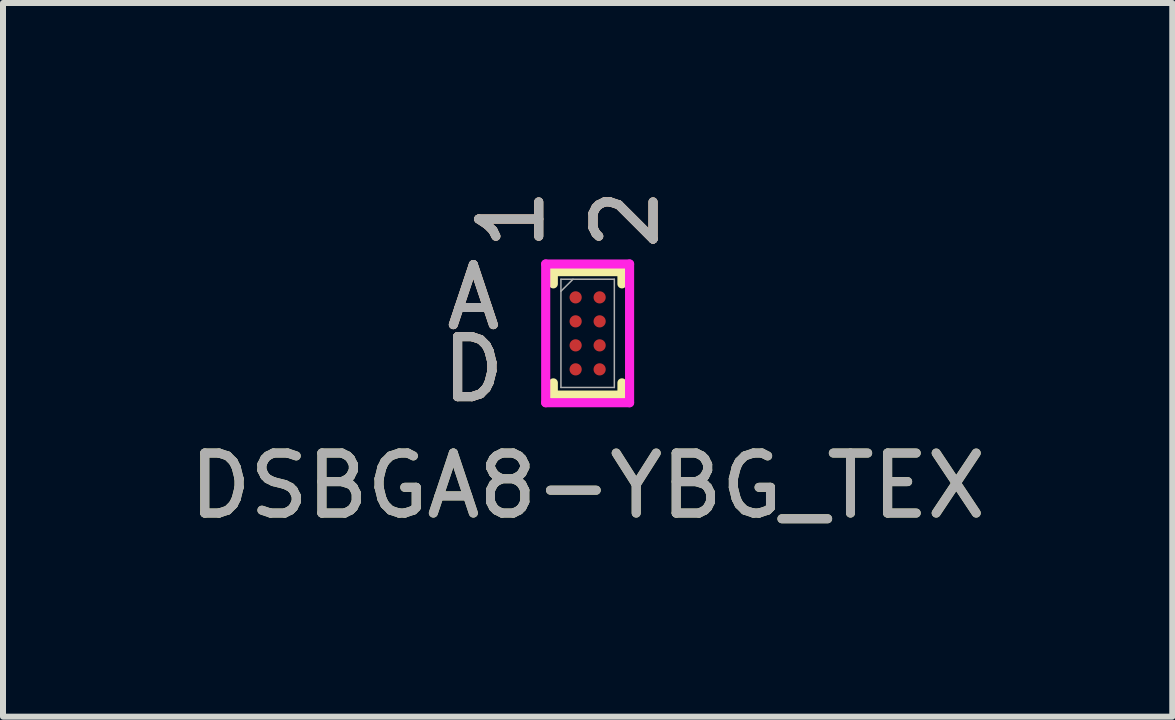
<source format=kicad_pcb>
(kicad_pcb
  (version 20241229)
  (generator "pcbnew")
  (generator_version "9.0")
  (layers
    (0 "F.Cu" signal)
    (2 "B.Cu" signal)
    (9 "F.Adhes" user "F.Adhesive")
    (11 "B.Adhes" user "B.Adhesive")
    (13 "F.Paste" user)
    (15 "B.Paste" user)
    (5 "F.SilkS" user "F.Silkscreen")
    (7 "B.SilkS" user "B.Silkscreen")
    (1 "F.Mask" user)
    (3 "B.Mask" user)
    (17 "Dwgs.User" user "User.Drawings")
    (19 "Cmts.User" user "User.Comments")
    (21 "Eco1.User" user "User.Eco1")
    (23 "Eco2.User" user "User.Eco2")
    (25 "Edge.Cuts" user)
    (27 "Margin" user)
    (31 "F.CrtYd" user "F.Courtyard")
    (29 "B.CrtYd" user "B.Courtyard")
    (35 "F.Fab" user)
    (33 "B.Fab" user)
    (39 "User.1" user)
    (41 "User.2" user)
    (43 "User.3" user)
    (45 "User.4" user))
  (footprint "DSBGA8-YBG_TEX"
    (layer "F.Cu")
    (at 6.744 2.506)
    (property "Reference" "DSBGA8-YBG_TEX" (at 0 2.54 0) (unlocked yes) (layer "F.SilkS") (effects (font (size 1 1) (thickness 0.15))))
    (attr smd)
    (fp_line (start -0.572 -1.029) (end -0.572 -0.825) (stroke (width 0.152) (type solid)) (layer "F.SilkS"))
    (fp_line (start -0.572 0.825) (end -0.572 1.029) (stroke (width 0.152) (type solid)) (layer "F.SilkS"))
    (fp_line (start -0.572 1.029) (end 0.572 1.029) (stroke (width 0.152) (type solid)) (layer "F.SilkS"))
    (fp_line (start 0.572 -1.029) (end -0.572 -1.029) (stroke (width 0.152) (type solid)) (layer "F.SilkS"))
    (fp_line (start 0.572 -0.825) (end 0.572 -1.029) (stroke (width 0.152) (type solid)) (layer "F.SilkS"))
    (fp_line (start 0.572 1.029) (end 0.572 0.825) (stroke (width 0.152) (type solid)) (layer "F.SilkS"))
    (fp_poly (pts (xy -0.845 -1.245) (xy 0.845 -1.245) (xy 0.845 1.245) (xy -0.845 1.245)) (stroke (width 0.1) (type solid)) (fill no) (layer "Eco2.User"))
    (fp_line (start -0.699 -1.156) (end 0.699 -1.156) (stroke (width 0.152) (type solid)) (layer "F.CrtYd"))
    (fp_line (start -0.699 1.156) (end -0.699 -1.156) (stroke (width 0.152) (type solid)) (layer "F.CrtYd"))
    (fp_line (start 0.699 -1.156) (end 0.699 1.156) (stroke (width 0.152) (type solid)) (layer "F.CrtYd"))
    (fp_line (start 0.699 1.156) (end -0.699 1.156) (stroke (width 0.152) (type solid)) (layer "F.CrtYd"))
    (fp_line (start -0.445 -0.902) (end -0.445 0.902) (stroke (width 0.025) (type solid)) (layer "F.Fab"))
    (fp_line (start -0.445 0.902) (end 0.445 0.902) (stroke (width 0.025) (type solid)) (layer "F.Fab"))
    (fp_line (start -0.244 -0.902) (end -0.445 -0.702) (stroke (width 0.025) (type solid)) (layer "F.Fab"))
    (fp_line (start 0.445 -0.902) (end -0.445 -0.902) (stroke (width 0.025) (type solid)) (layer "F.Fab"))
    (fp_line (start 0.445 0.902) (end 0.445 -0.902) (stroke (width 0.025) (type solid)) (layer "F.Fab"))
    (fp_text user "2" (at 0.635 -1.905 90) (unlocked yes) (layer "F.SilkS") (effects (font (size 1 1) (thickness 0.15))))
    (fp_text user "A" (at -1.905 -0.6 0) (unlocked yes) (layer "F.SilkS") (effects (font (size 1 1) (thickness 0.15))))
    (fp_text user "1" (at -1.27 -1.905 90) (unlocked yes) (layer "F.SilkS") (effects (font (size 1 1) (thickness 0.15))))
    (fp_text user "D" (at -1.905 0.6 0) (unlocked yes) (layer "F.SilkS") (effects (font (size 1 1) (thickness 0.15))))
    (fp_text user "2" (at 0.635 -1.905 90) (unlocked yes) (layer "B.SilkS") (effects (font (size 1 1) (thickness 0.15))))
    (fp_text user "A" (at -1.905 -0.6 0) (unlocked yes) (layer "B.SilkS") (effects (font (size 1 1) (thickness 0.15))))
    (fp_text user "1" (at -1.27 -1.905 90) (unlocked yes) (layer "B.SilkS") (effects (font (size 1 1) (thickness 0.15))))
    (fp_text user "D" (at -1.905 0.6 0) (unlocked yes) (layer "B.SilkS") (effects (font (size 1 1) (thickness 0.15))))
    (fp_text user "2" (at 0.635 -1.905 90) (unlocked yes) (layer "F.Fab") (effects (font (size 1 1) (thickness 0.15))))
    (fp_text user "D" (at -1.905 0.6 0) (unlocked yes) (layer "F.Fab") (effects (font (size 1 1) (thickness 0.15))))
    (fp_text user "1" (at -1.27 -1.905 90) (unlocked yes) (layer "F.Fab") (effects (font (size 1 1) (thickness 0.15))))
    (fp_text user "${REFERENCE}" (at 0 2.54 0) (unlocked yes) (layer "F.Fab") (effects (font (size 1 1) (thickness 0.15))))
    (fp_text user "A" (at -1.905 -0.6 0) (unlocked yes) (layer "F.Fab") (effects (font (size 1 1) (thickness 0.15))))
    (pad "A1" smd circle (at -0.2 -0.6) (size 0.203 0.203) (layers "F.Cu" "F.Mask" "F.Paste"))
    (pad "A2" smd circle (at 0.2 -0.6) (size 0.203 0.203) (layers "F.Cu" "F.Mask" "F.Paste"))
    (pad "B1" smd circle (at -0.2 -0.2) (size 0.203 0.203) (layers "F.Cu" "F.Mask" "F.Paste"))
    (pad "B2" smd circle (at 0.2 -0.2) (size 0.203 0.203) (layers "F.Cu" "F.Mask" "F.Paste"))
    (pad "C1" smd circle (at -0.2 0.2) (size 0.203 0.203) (layers "F.Cu" "F.Mask" "F.Paste"))
    (pad "C2" smd circle (at 0.2 0.2) (size 0.203 0.203) (layers "F.Cu" "F.Mask" "F.Paste"))
    (pad "D1" smd circle (at -0.2 0.6) (size 0.203 0.203) (layers "F.Cu" "F.Mask" "F.Paste"))
    (pad "D2" smd circle (at 0.2 0.6) (size 0.203 0.203) (layers "F.Cu" "F.Mask" "F.Paste")))
  (gr_rect
    (start -3 -3)
    (end 16.488 8.894)
    (stroke (width 0.1) (type default))
    (fill no)
    (layer "Edge.Cuts")))
</source>
